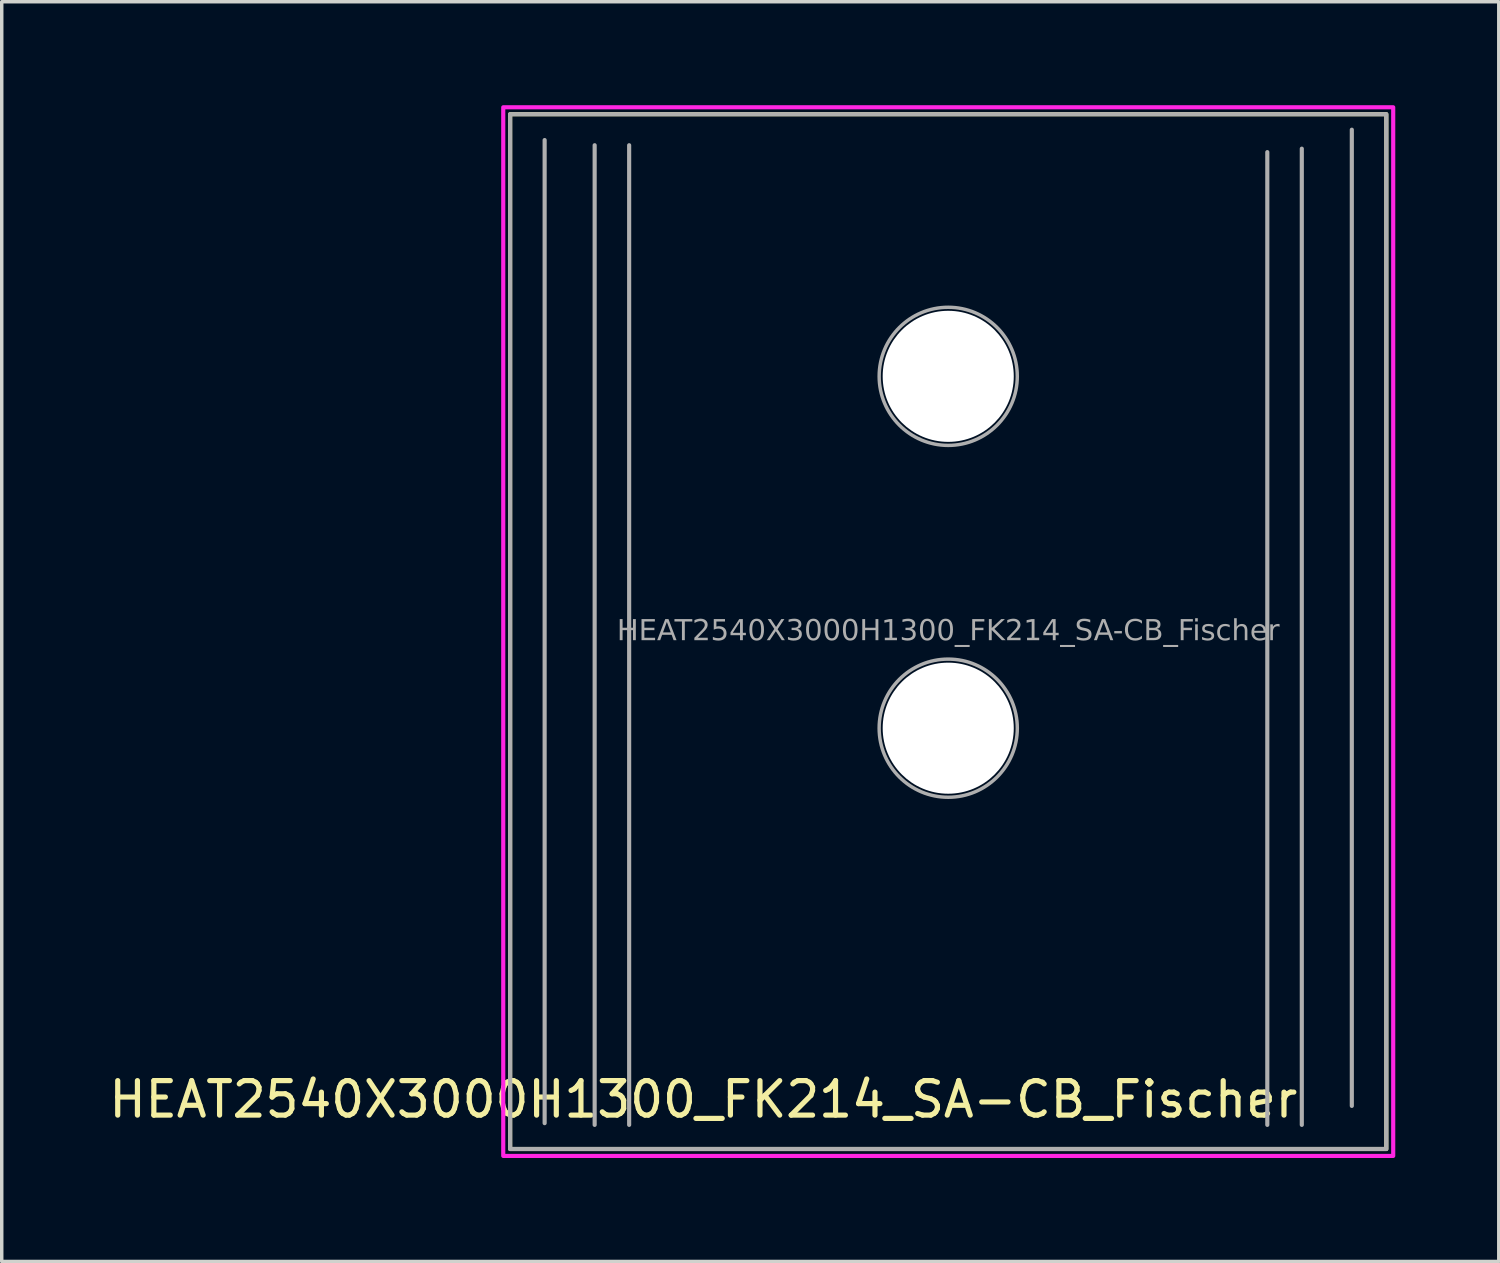
<source format=kicad_pcb>
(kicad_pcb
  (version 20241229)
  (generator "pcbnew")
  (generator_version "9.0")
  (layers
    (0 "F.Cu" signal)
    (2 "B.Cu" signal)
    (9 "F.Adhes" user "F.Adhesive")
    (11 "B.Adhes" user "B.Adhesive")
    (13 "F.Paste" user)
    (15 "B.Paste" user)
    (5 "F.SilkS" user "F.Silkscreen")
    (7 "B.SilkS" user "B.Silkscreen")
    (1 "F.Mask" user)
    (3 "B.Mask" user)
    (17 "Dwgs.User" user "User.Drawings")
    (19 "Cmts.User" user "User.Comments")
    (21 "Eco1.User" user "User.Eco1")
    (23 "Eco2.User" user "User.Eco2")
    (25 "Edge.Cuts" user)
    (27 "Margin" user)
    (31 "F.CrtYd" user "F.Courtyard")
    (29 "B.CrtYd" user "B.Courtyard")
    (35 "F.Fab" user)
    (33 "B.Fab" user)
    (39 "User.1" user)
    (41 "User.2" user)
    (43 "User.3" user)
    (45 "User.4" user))
  (footprint "HEAT2540X3000H1300_FK214_SA-CB_Fischer"
    (layer "F.Cu")
    (at 24.439 15.26)
    (property "Reference" "HEAT2540X3000H1300_FK214_SA-CB_Fischer" (at -7.1 13.562 180) (layer "F.SilkS") (effects (font (size 1 1) (thickness 0.15))))
    (attr exclude_from_bom)
    (fp_rect (start -12.7 -15) (end 12.7 15) (stroke (width 0.12) (type solid)) (fill no) (layer "F.SilkS"))
    (fp_rect (start -12.9 -15.2) (end 12.9 15.2) (stroke (width 0.12) (type solid)) (fill no) (layer "F.CrtYd"))
    (fp_line (start -11.7 14.25) (end -11.7 -14.25) (stroke (width 0.12) (type default)) (layer "F.Fab"))
    (fp_line (start -10.25 14.3) (end -10.25 -14.1) (stroke (width 0.12) (type solid)) (layer "F.Fab"))
    (fp_line (start -9.25 14.3) (end -9.25 -14.1) (stroke (width 0.12) (type solid)) (layer "F.Fab"))
    (fp_line (start 9.25 14.3) (end 9.25 -13.9) (stroke (width 0.12) (type solid)) (layer "F.Fab"))
    (fp_line (start 10.25 14.3) (end 10.25 -14) (stroke (width 0.12) (type solid)) (layer "F.Fab"))
    (fp_line (start 11.7 13.75) (end 11.7 -14.55) (stroke (width 0.12) (type default)) (layer "F.Fab"))
    (fp_rect (start -12.7 -15) (end 12.7 15) (stroke (width 0.12) (type solid)) (fill no) (layer "F.Fab"))
    (fp_circle (center 0 -7.4) (end 2.002 -7.4) (stroke (width 0.1) (type solid)) (fill no) (layer "F.Fab"))
    (fp_circle (center 0 2.8) (end 2 2.9) (stroke (width 0.1) (type solid)) (fill no) (layer "F.Fab"))
    (fp_text user "${REFERENCE}" (at 0 0 0) (layer "F.Fab") (effects (font (face "Tahoma") (size 0.6 0.6) (thickness 0.1))))
    (pad "" np_thru_hole circle (at 0 -7.4) (size 3.8 3.8) (drill 3.8) (layers "*.Cu" "*.Mask"))
    (pad "" np_thru_hole circle (at 0 2.8) (size 3.8 3.8) (drill 3.8) (layers "*.Cu" "*.Mask")))
  (gr_rect
    (start -3 -3)
    (end 40.399 33.52)
    (stroke (width 0.1) (type default))
    (fill no)
    (layer "Edge.Cuts")))
</source>
